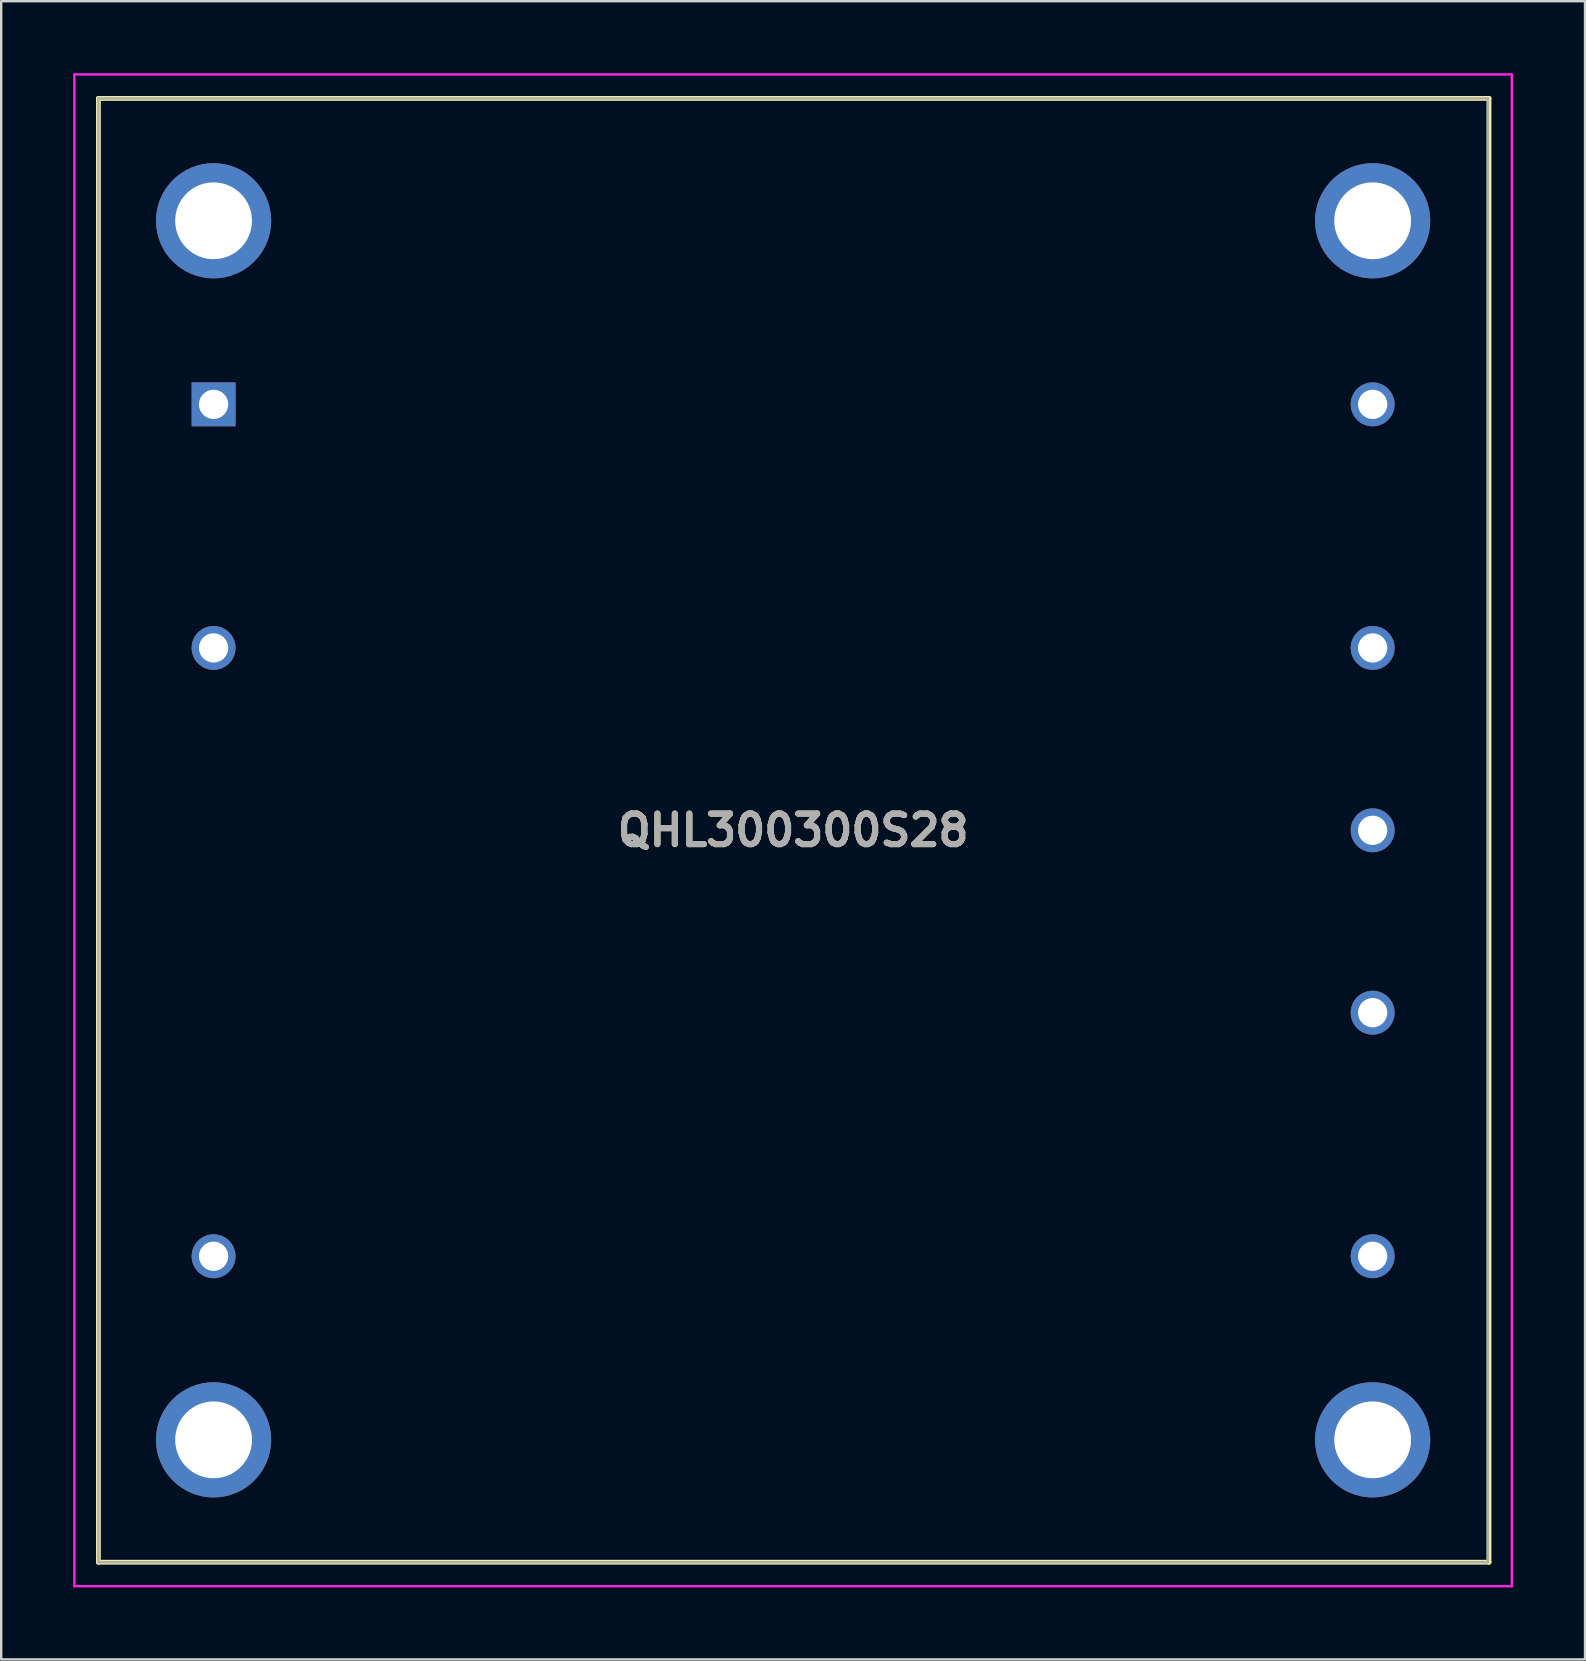
<source format=kicad_pcb>
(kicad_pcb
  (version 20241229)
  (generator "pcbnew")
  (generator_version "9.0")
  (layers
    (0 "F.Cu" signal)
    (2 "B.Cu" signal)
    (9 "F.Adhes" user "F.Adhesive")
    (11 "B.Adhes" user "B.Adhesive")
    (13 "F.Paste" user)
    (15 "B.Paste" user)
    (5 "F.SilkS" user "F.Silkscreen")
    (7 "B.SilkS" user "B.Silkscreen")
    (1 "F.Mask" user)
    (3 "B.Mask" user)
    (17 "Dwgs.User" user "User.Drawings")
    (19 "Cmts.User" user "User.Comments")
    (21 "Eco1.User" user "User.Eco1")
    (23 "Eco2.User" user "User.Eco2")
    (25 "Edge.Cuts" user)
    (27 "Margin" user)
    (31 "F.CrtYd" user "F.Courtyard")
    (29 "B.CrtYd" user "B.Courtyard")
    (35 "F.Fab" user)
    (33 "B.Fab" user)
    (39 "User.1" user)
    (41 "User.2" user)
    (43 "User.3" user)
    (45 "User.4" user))
  (footprint "QHL300300S28"
    (layer "F.Cu")
    (at 5.85 13.8)
    (property "Reference" "QHL300300S28" (at 24.15 17.75 0) (layer "F.SilkS") (effects (font (size 1.27 1.27) (thickness 0.254))))
    (attr through_hole)
    (fp_line (start -4.8 -12.75) (end -4.8 48.25) (stroke (width 0.2) (type solid)) (layer "F.SilkS"))
    (fp_line (start -4.8 48.25) (end 53.15 48.25) (stroke (width 0.2) (type solid)) (layer "F.SilkS"))
    (fp_line (start 53.15 -12.75) (end -4.8 -12.75) (stroke (width 0.2) (type solid)) (layer "F.SilkS"))
    (fp_line (start 53.15 48.25) (end 53.15 -12.75) (stroke (width 0.2) (type solid)) (layer "F.SilkS"))
    (fp_line (start -5.8 -13.75) (end -5.8 49.25) (stroke (width 0.1) (type solid)) (layer "F.CrtYd"))
    (fp_line (start -5.8 49.25) (end 54.1 49.25) (stroke (width 0.1) (type solid)) (layer "F.CrtYd"))
    (fp_line (start 54.1 -13.75) (end -5.8 -13.75) (stroke (width 0.1) (type solid)) (layer "F.CrtYd"))
    (fp_line (start 54.1 49.25) (end 54.1 -13.75) (stroke (width 0.1) (type solid)) (layer "F.CrtYd"))
    (fp_line (start -4.8 -12.75) (end 53.1 -12.75) (stroke (width 0.1) (type solid)) (layer "F.Fab"))
    (fp_line (start -4.8 48.25) (end -4.8 -12.75) (stroke (width 0.1) (type solid)) (layer "F.Fab"))
    (fp_line (start 53.1 -12.75) (end 53.1 48.25) (stroke (width 0.1) (type solid)) (layer "F.Fab"))
    (fp_line (start 53.1 48.25) (end -4.8 48.25) (stroke (width 0.1) (type solid)) (layer "F.Fab"))
    (fp_text user "${REFERENCE}" (at 24.15 17.75 0) (layer "F.Fab") (effects (font (size 1.27 1.27) (thickness 0.254))))
    (pad "1" thru_hole rect (at 0 0) (size 1.83 1.83) (drill 1.22) (layers "*.Cu" "*.Mask"))
    (pad "2" thru_hole circle (at 0 10.15) (size 1.83 1.83) (drill 1.22) (layers "*.Cu" "*.Mask"))
    (pad "3" thru_hole circle (at 0 35.5) (size 1.83 1.83) (drill 1.22) (layers "*.Cu" "*.Mask"))
    (pad "4" thru_hole circle (at 48.3 35.5) (size 1.83 1.83) (drill 1.22) (layers "*.Cu" "*.Mask"))
    (pad "5" thru_hole circle (at 48.3 25.35) (size 1.83 1.83) (drill 1.22) (layers "*.Cu" "*.Mask"))
    (pad "6" thru_hole circle (at 48.3 17.75) (size 1.83 1.83) (drill 1.22) (layers "*.Cu" "*.Mask"))
    (pad "7" thru_hole circle (at 48.3 10.15) (size 1.83 1.83) (drill 1.22) (layers "*.Cu" "*.Mask"))
    (pad "8" thru_hole circle (at 48.3 0) (size 1.83 1.83) (drill 1.22) (layers "*.Cu" "*.Mask"))
    (pad "MH1" thru_hole circle (at 0 -7.65) (size 4.8 4.8) (drill 3.2) (layers "*.Cu" "*.Mask"))
    (pad "MH2" thru_hole circle (at 48.3 -7.65) (size 4.8 4.8) (drill 3.2) (layers "*.Cu" "*.Mask"))
    (pad "MH3" thru_hole circle (at 0 43.15) (size 4.8 4.8) (drill 3.2) (layers "*.Cu" "*.Mask"))
    (pad "MH4" thru_hole circle (at 48.3 43.15) (size 4.8 4.8) (drill 3.2) (layers "*.Cu" "*.Mask")))
  (gr_rect
    (start -3 -3)
    (end 63 66.1)
    (stroke (width 0.1) (type default))
    (fill no)
    (layer "Edge.Cuts")))
</source>
